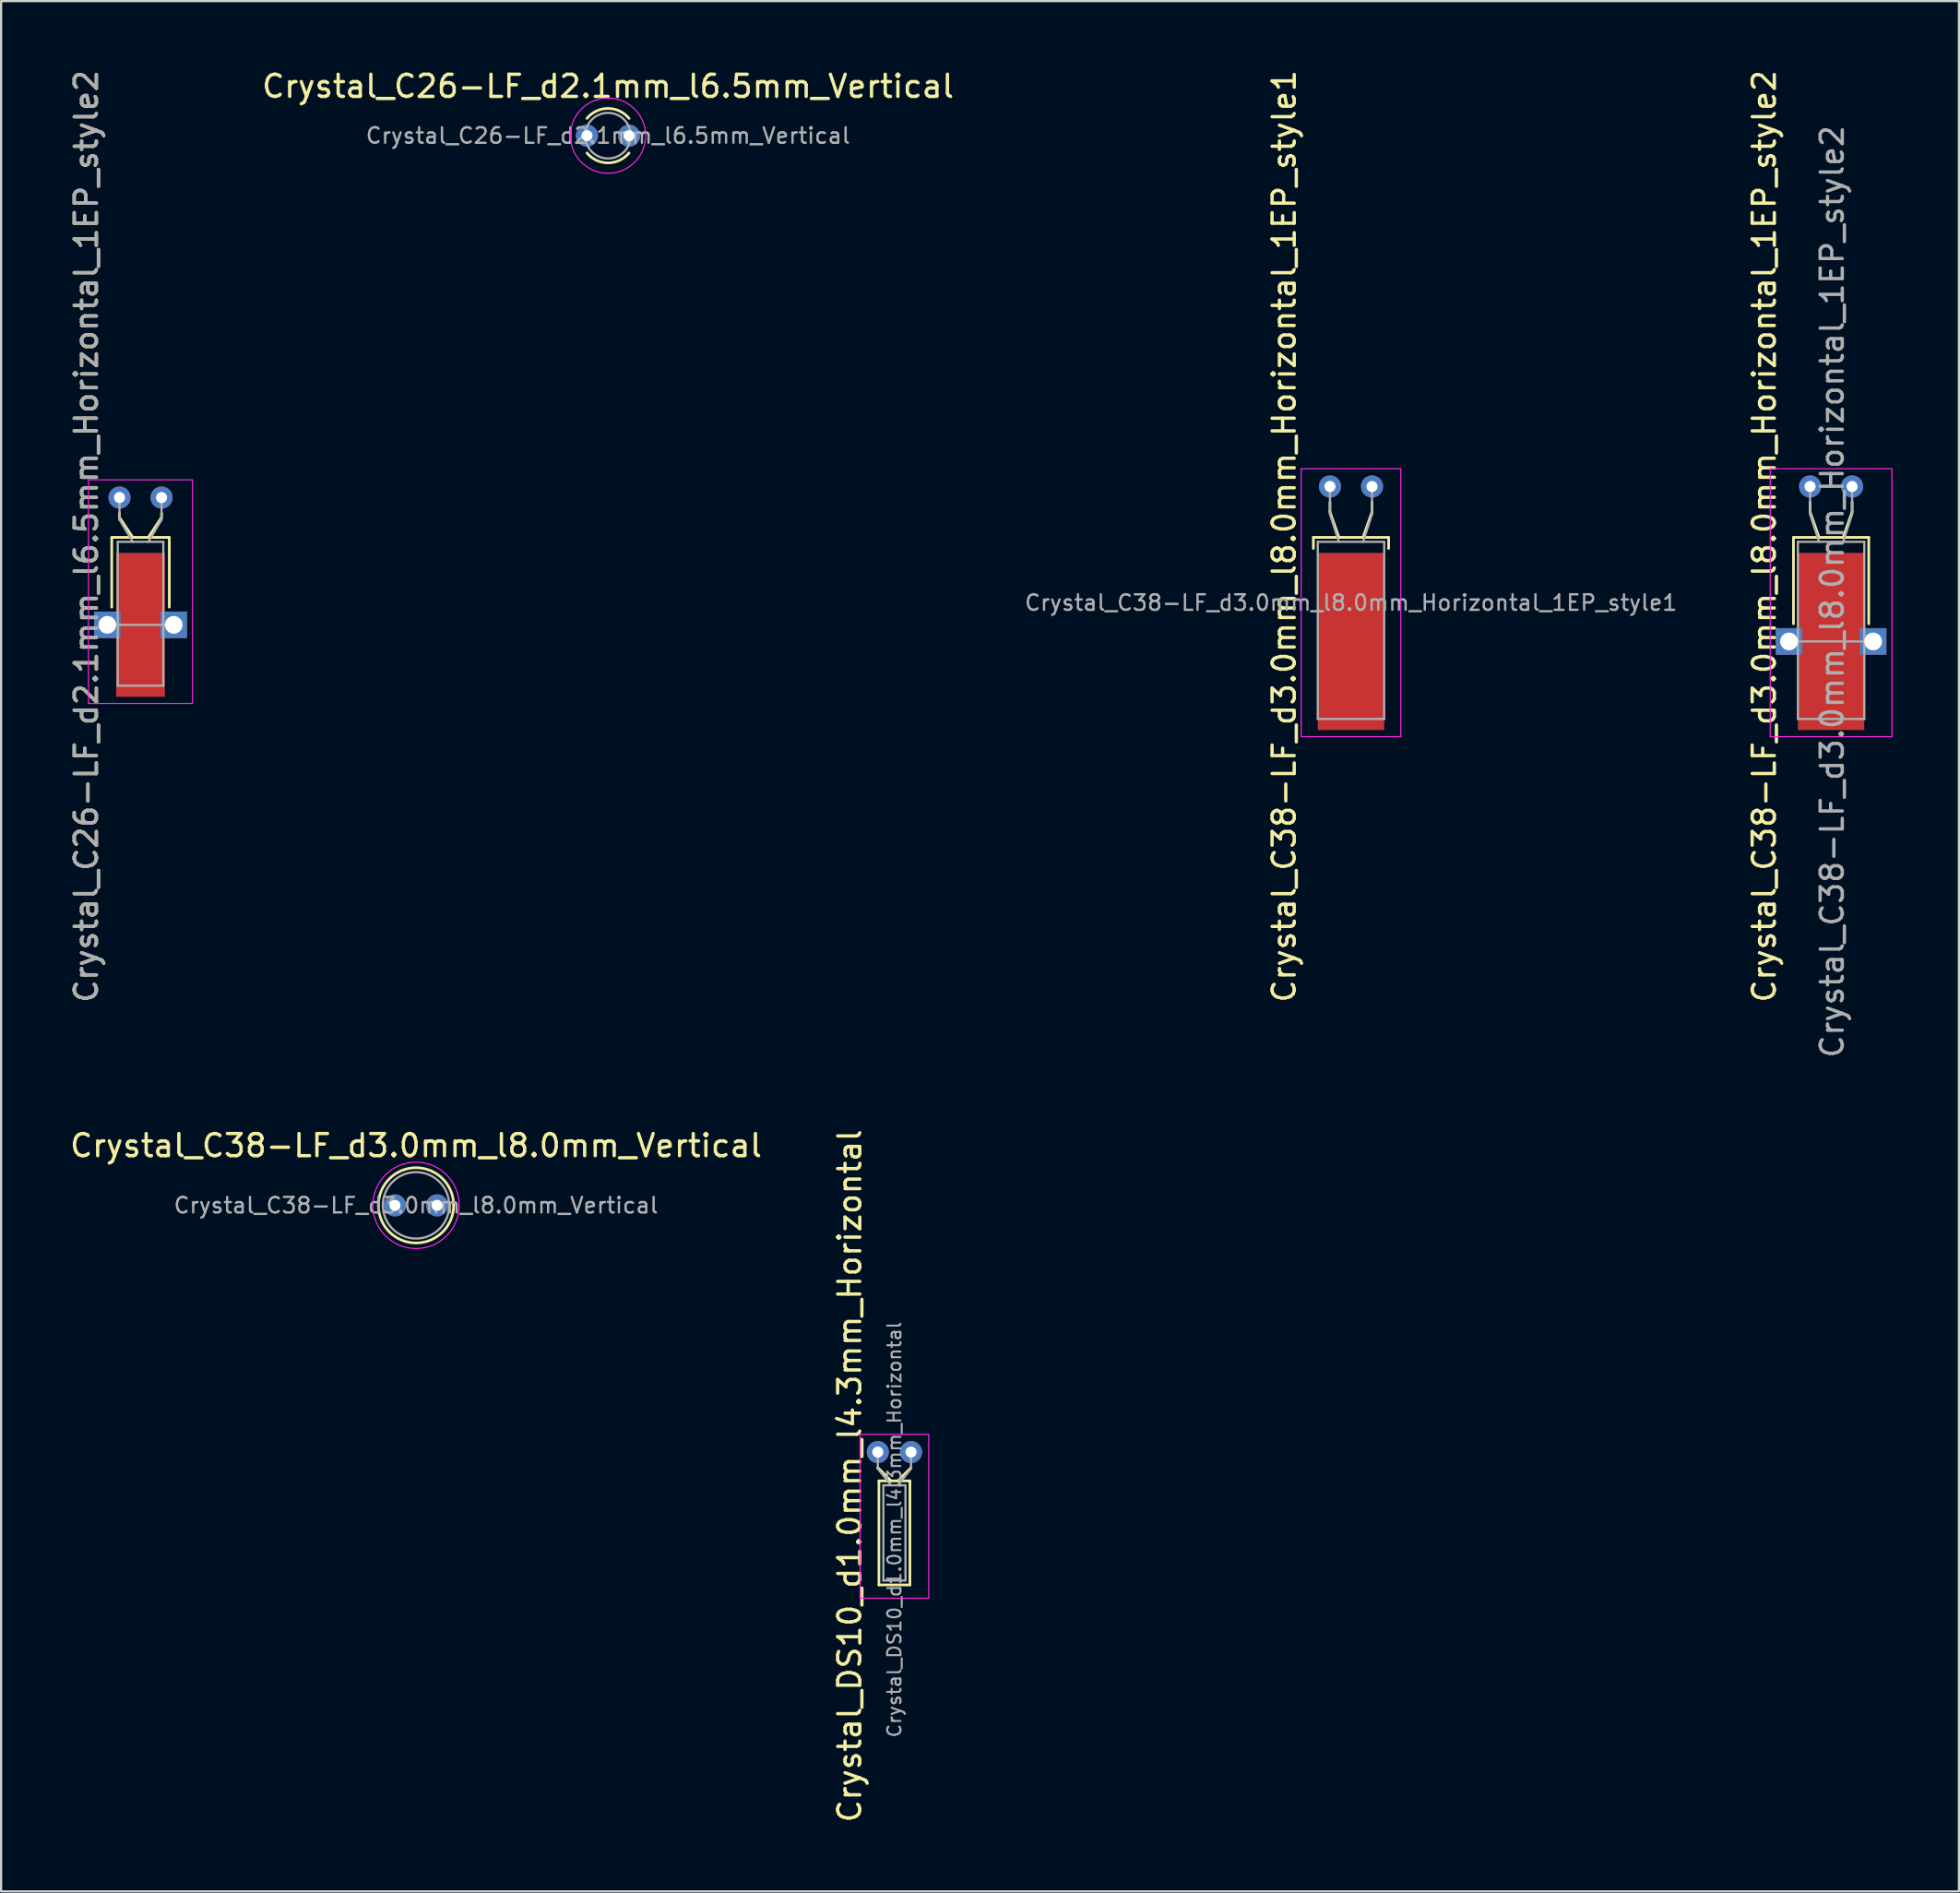
<source format=kicad_pcb>
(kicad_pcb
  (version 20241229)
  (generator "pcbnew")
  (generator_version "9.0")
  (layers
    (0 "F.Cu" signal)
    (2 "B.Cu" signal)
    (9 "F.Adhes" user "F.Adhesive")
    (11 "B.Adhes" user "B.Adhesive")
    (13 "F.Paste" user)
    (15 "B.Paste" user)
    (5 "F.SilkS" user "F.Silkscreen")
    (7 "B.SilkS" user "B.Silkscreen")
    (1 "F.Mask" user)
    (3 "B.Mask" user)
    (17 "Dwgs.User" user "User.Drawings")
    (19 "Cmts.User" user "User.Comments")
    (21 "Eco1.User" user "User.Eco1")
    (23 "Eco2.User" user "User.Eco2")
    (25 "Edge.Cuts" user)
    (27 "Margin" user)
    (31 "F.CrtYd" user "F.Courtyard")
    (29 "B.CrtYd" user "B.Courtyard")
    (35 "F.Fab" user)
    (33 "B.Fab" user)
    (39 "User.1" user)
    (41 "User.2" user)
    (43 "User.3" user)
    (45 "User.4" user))
  (footprint "Crystal_C38-LF_d3.0mm_l8.0mm_Vertical"
    (layer "F.Cu")
    (at 14.794 51.393)
    (property "Reference" "Crystal_C38-LF_d3.0mm_l8.0mm_Vertical" (at 0.95 -2.7 0) (layer "F.SilkS") (effects (font (size 1 1) (thickness 0.15))))
    (attr through_hole)
    (fp_arc (start -0.75 0) (mid 0.95 -1.7) (end 2.65 0) (stroke (width 0.12) (type solid)) (layer "F.SilkS"))
    (fp_arc (start 2.65 0) (mid 0.95 1.7) (end -0.75 0) (stroke (width 0.12) (type solid)) (layer "F.SilkS"))
    (fp_circle (center 0.95 0) (end 2.9 0) (stroke (width 0.05) (type solid)) (fill no) (layer "F.CrtYd"))
    (fp_circle (center 0.95 0) (end 2.45 0) (stroke (width 0.1) (type solid)) (fill no) (layer "F.Fab"))
    (fp_text user "${REFERENCE}" (at 0.95 0 0) (layer "F.Fab") (effects (font (size 0.7 0.7) (thickness 0.105))))
    (pad "1" thru_hole circle (at 0 0) (size 1 1) (drill 0.5) (layers "*.Cu" "*.Mask"))
    (pad "2" thru_hole circle (at 1.9 0) (size 1 1) (drill 0.5) (layers "*.Cu" "*.Mask")))
  (footprint "Crystal_DS10_d1.0mm_l4.3mm_Horizontal"
    (layer "F.Cu")
    (at 36.606 62.538)
    (property "Reference" "Crystal_DS10_d1.0mm_l4.3mm_Horizontal" (at -1.27 1.075 90) (layer "F.SilkS") (effects (font (size 1 1) (thickness 0.15))))
    (attr through_hole)
    (fp_line (start 0 0.7) (end 0 0.7) (stroke (width 0.12) (type solid)) (layer "F.SilkS"))
    (fp_line (start 0.05 1.3) (end 0.05 6) (stroke (width 0.12) (type solid)) (layer "F.SilkS"))
    (fp_line (start 0.05 6) (end 1.45 6) (stroke (width 0.12) (type solid)) (layer "F.SilkS"))
    (fp_line (start 0.6 1.3) (end 0 0.7) (stroke (width 0.12) (type solid)) (layer "F.SilkS"))
    (fp_line (start 0.9 1.3) (end 1.5 0.7) (stroke (width 0.12) (type solid)) (layer "F.SilkS"))
    (fp_line (start 1.45 1.3) (end 0.05 1.3) (stroke (width 0.12) (type solid)) (layer "F.SilkS"))
    (fp_line (start 1.45 6) (end 1.45 1.3) (stroke (width 0.12) (type solid)) (layer "F.SilkS"))
    (fp_line (start 1.5 0.7) (end 1.5 0.7) (stroke (width 0.12) (type solid)) (layer "F.SilkS"))
    (fp_line (start -0.8 -0.8) (end -0.8 6.6) (stroke (width 0.05) (type solid)) (layer "F.CrtYd"))
    (fp_line (start -0.8 6.6) (end 2.3 6.6) (stroke (width 0.05) (type solid)) (layer "F.CrtYd"))
    (fp_line (start 2.3 -0.8) (end -0.8 -0.8) (stroke (width 0.05) (type solid)) (layer "F.CrtYd"))
    (fp_line (start 2.3 6.6) (end 2.3 -0.8) (stroke (width 0.05) (type solid)) (layer "F.CrtYd"))
    (fp_line (start 0 0.75) (end 0 0) (stroke (width 0.1) (type solid)) (layer "F.Fab"))
    (fp_line (start 0.25 1.5) (end 0.25 5.8) (stroke (width 0.1) (type solid)) (layer "F.Fab"))
    (fp_line (start 0.25 5.8) (end 1.25 5.8) (stroke (width 0.1) (type solid)) (layer "F.Fab"))
    (fp_line (start 0.6 1.5) (end 0 0.75) (stroke (width 0.1) (type solid)) (layer "F.Fab"))
    (fp_line (start 0.9 1.5) (end 1.5 0.75) (stroke (width 0.1) (type solid)) (layer "F.Fab"))
    (fp_line (start 1.25 1.5) (end 0.25 1.5) (stroke (width 0.1) (type solid)) (layer "F.Fab"))
    (fp_line (start 1.25 5.8) (end 1.25 1.5) (stroke (width 0.1) (type solid)) (layer "F.Fab"))
    (fp_line (start 1.5 0.75) (end 1.5 0) (stroke (width 0.1) (type solid)) (layer "F.Fab"))
    (fp_text user "${REFERENCE}" (at 0.75 3.5 90) (layer "F.Fab") (effects (font (size 0.6 0.6) (thickness 0.09))))
    (pad "1" thru_hole circle (at 0 0) (size 1 1) (drill 0.5) (layers "*.Cu" "*.Mask"))
    (pad "2" thru_hole circle (at 1.5 0) (size 1 1) (drill 0.5) (layers "*.Cu" "*.Mask")))
  (footprint "Crystal_C38-LF_d3.0mm_l8.0mm_Horizontal_1EP_style2"
    (layer "F.Cu")
    (at 78.721 18.923)
    (property "Reference" "Crystal_C38-LF_d3.0mm_l8.0mm_Horizontal_1EP_style2" (at -2.07 2.25 90) (layer "F.SilkS") (effects (font (size 1 1) (thickness 0.15))))
    (attr through_hole)
    (fp_line (start -0.75 2.3) (end 2.65 2.3) (stroke (width 0.12) (type solid)) (layer "F.SilkS"))
    (fp_line (start -0.75 6.2) (end -0.75 2.3) (stroke (width 0.12) (type solid)) (layer "F.SilkS"))
    (fp_line (start 0 1.15) (end 0 0.7) (stroke (width 0.12) (type solid)) (layer "F.SilkS"))
    (fp_line (start 0.405 2.3) (end 0 1.15) (stroke (width 0.12) (type solid)) (layer "F.SilkS"))
    (fp_line (start 1.495 2.3) (end 1.9 1.15) (stroke (width 0.12) (type solid)) (layer "F.SilkS"))
    (fp_line (start 1.9 1.15) (end 1.9 0.7) (stroke (width 0.12) (type solid)) (layer "F.SilkS"))
    (fp_line (start 2.65 2.3) (end 2.65 6.2) (stroke (width 0.12) (type solid)) (layer "F.SilkS"))
    (fp_line (start -1.8 -0.8) (end -1.8 11.3) (stroke (width 0.05) (type solid)) (layer "F.CrtYd"))
    (fp_line (start -1.8 11.3) (end 3.7 11.3) (stroke (width 0.05) (type solid)) (layer "F.CrtYd"))
    (fp_line (start 3.7 -0.8) (end -1.8 -0.8) (stroke (width 0.05) (type solid)) (layer "F.CrtYd"))
    (fp_line (start 3.7 11.3) (end 3.7 -0.8) (stroke (width 0.05) (type solid)) (layer "F.CrtYd"))
    (fp_line (start -0.95 7) (end 2.85 7) (stroke (width 0.1) (type solid)) (layer "F.Fab"))
    (fp_line (start -0.55 2.5) (end -0.55 10.5) (stroke (width 0.1) (type solid)) (layer "F.Fab"))
    (fp_line (start -0.55 10.5) (end 2.45 10.5) (stroke (width 0.1) (type solid)) (layer "F.Fab"))
    (fp_line (start 0 1.25) (end 0 0) (stroke (width 0.1) (type solid)) (layer "F.Fab"))
    (fp_line (start 0.405 2.5) (end 0 1.25) (stroke (width 0.1) (type solid)) (layer "F.Fab"))
    (fp_line (start 1.495 2.5) (end 1.9 1.25) (stroke (width 0.1) (type solid)) (layer "F.Fab"))
    (fp_line (start 1.9 1.25) (end 1.9 0) (stroke (width 0.1) (type solid)) (layer "F.Fab"))
    (fp_line (start 2.45 2.5) (end -0.55 2.5) (stroke (width 0.1) (type solid)) (layer "F.Fab"))
    (fp_line (start 2.45 10.5) (end 2.45 2.5) (stroke (width 0.1) (type solid)) (layer "F.Fab"))
    (fp_text user "${REFERENCE}" (at 1 4.75 90) (layer "F.Fab") (effects (font (size 1 1) (thickness 0.15))))
    (pad "1" thru_hole circle (at 0 0) (size 1 1) (drill 0.5) (layers "*.Cu" "*.Mask"))
    (pad "2" thru_hole circle (at 1.9 0) (size 1 1) (drill 0.5) (layers "*.Cu" "*.Mask"))
    (pad "3" thru_hole rect (at -0.95 7) (size 1.2 1.2) (drill 0.8) (layers "*.Cu" "*.Mask"))
    (pad "3" smd rect (at 0.95 7) (size 3 8) (layers "F.Cu" "F.Mask" "F.Paste"))
    (pad "3" thru_hole rect (at 2.85 7) (size 1.2 1.2) (drill 0.8) (layers "*.Cu" "*.Mask")))
  (footprint "Crystal_C38-LF_d3.0mm_l8.0mm_Horizontal_1EP_style1"
    (layer "F.Cu")
    (at 57.032 18.923)
    (property "Reference" "Crystal_C38-LF_d3.0mm_l8.0mm_Horizontal_1EP_style1" (at -2.07 2.25 90) (layer "F.SilkS") (effects (font (size 1 1) (thickness 0.15))))
    (attr through_hole)
    (fp_line (start -0.75 2.3) (end 2.65 2.3) (stroke (width 0.12) (type solid)) (layer "F.SilkS"))
    (fp_line (start -0.75 2.8) (end -0.75 2.3) (stroke (width 0.12) (type solid)) (layer "F.SilkS"))
    (fp_line (start 0 1.15) (end 0 0.7) (stroke (width 0.12) (type solid)) (layer "F.SilkS"))
    (fp_line (start 0.405 2.3) (end 0 1.15) (stroke (width 0.12) (type solid)) (layer "F.SilkS"))
    (fp_line (start 1.495 2.3) (end 1.9 1.15) (stroke (width 0.12) (type solid)) (layer "F.SilkS"))
    (fp_line (start 1.9 1.15) (end 1.9 0.7) (stroke (width 0.12) (type solid)) (layer "F.SilkS"))
    (fp_line (start 2.65 2.3) (end 2.65 2.8) (stroke (width 0.12) (type solid)) (layer "F.SilkS"))
    (fp_line (start -1.3 -0.8) (end -1.3 11.3) (stroke (width 0.05) (type solid)) (layer "F.CrtYd"))
    (fp_line (start -1.3 11.3) (end 3.2 11.3) (stroke (width 0.05) (type solid)) (layer "F.CrtYd"))
    (fp_line (start 3.2 -0.8) (end -1.3 -0.8) (stroke (width 0.05) (type solid)) (layer "F.CrtYd"))
    (fp_line (start 3.2 11.3) (end 3.2 -0.8) (stroke (width 0.05) (type solid)) (layer "F.CrtYd"))
    (fp_line (start -0.55 2.5) (end -0.55 10.5) (stroke (width 0.1) (type solid)) (layer "F.Fab"))
    (fp_line (start -0.55 10.5) (end 2.45 10.5) (stroke (width 0.1) (type solid)) (layer "F.Fab"))
    (fp_line (start 0 1.25) (end 0 0) (stroke (width 0.1) (type solid)) (layer "F.Fab"))
    (fp_line (start 0.405 2.5) (end 0 1.25) (stroke (width 0.1) (type solid)) (layer "F.Fab"))
    (fp_line (start 1.495 2.5) (end 1.9 1.25) (stroke (width 0.1) (type solid)) (layer "F.Fab"))
    (fp_line (start 1.9 1.25) (end 1.9 0) (stroke (width 0.1) (type solid)) (layer "F.Fab"))
    (fp_line (start 2.45 2.5) (end -0.55 2.5) (stroke (width 0.1) (type solid)) (layer "F.Fab"))
    (fp_line (start 2.45 10.5) (end 2.45 2.5) (stroke (width 0.1) (type solid)) (layer "F.Fab"))
    (fp_text user "${REFERENCE}" (at 0.95 5.25 0) (layer "F.Fab") (effects (font (size 0.7 0.7) (thickness 0.105))))
    (pad "1" thru_hole circle (at 0 0) (size 1 1) (drill 0.5) (layers "*.Cu" "*.Mask"))
    (pad "2" thru_hole circle (at 1.9 0) (size 1 1) (drill 0.5) (layers "*.Cu" "*.Mask"))
    (pad "3" smd rect (at 0.95 7) (size 3 8) (layers "F.Cu" "F.Mask" "F.Paste")))
  (footprint "Crystal_C26-LF_d2.1mm_l6.5mm_Vertical"
    (layer "F.Cu")
    (at 23.467 3.078)
    (property "Reference" "Crystal_C26-LF_d2.1mm_l6.5mm_Vertical" (at 0.95 -2.23 0) (layer "F.SilkS") (effects (font (size 1 1) (thickness 0.15))))
    (attr through_hole)
    (fp_arc (start 0 -0.781281) (mid 0.949655 -1.23) (end 1.899561 -0.781814) (stroke (width 0.12) (type solid)) (layer "F.SilkS"))
    (fp_arc (start 1.899561 0.781814) (mid 0.949655 1.23) (end 0 0.781281) (stroke (width 0.12) (type solid)) (layer "F.SilkS"))
    (fp_circle (center 0.95 0) (end 2.65 0) (stroke (width 0.05) (type solid)) (fill no) (layer "F.CrtYd"))
    (fp_circle (center 0.95 0) (end 1.98 0) (stroke (width 0.1) (type solid)) (fill no) (layer "F.Fab"))
    (fp_text user "${REFERENCE}" (at 0.95 0 0) (layer "F.Fab") (effects (font (size 0.7 0.7) (thickness 0.105))))
    (pad "1" thru_hole circle (at 0 0) (size 1 1) (drill 0.5) (layers "*.Cu" "*.Mask"))
    (pad "2" thru_hole circle (at 1.9 0) (size 1 1) (drill 0.5) (layers "*.Cu" "*.Mask")))
  (footprint "Crystal_C26-LF_d2.1mm_l6.5mm_Horizontal_1EP_style2"
    (layer "F.Cu")
    (at 2.348 19.423)
    (property "Reference" "Crystal_C26-LF_d2.1mm_l6.5mm_Horizontal_1EP_style2" (at -1.5 1.75 90) (layer "F.SilkS") (effects (font (size 1 1) (thickness 0.15))))
    (attr through_hole)
    (fp_line (start -0.35 1.8) (end 2.25 1.8) (stroke (width 0.12) (type solid)) (layer "F.SilkS"))
    (fp_line (start -0.35 4.95) (end -0.35 1.8) (stroke (width 0.12) (type solid)) (layer "F.SilkS"))
    (fp_line (start 0 0.9) (end 0 0.7) (stroke (width 0.12) (type solid)) (layer "F.SilkS"))
    (fp_line (start 0.6 1.8) (end 0 0.9) (stroke (width 0.12) (type solid)) (layer "F.SilkS"))
    (fp_line (start 1.3 1.8) (end 1.9 0.9) (stroke (width 0.12) (type solid)) (layer "F.SilkS"))
    (fp_line (start 1.9 0.9) (end 1.9 0.7) (stroke (width 0.12) (type solid)) (layer "F.SilkS"))
    (fp_line (start 2.25 1.8) (end 2.25 4.95) (stroke (width 0.12) (type solid)) (layer "F.SilkS"))
    (fp_line (start -1.4 -0.8) (end -1.4 9.3) (stroke (width 0.05) (type solid)) (layer "F.CrtYd"))
    (fp_line (start -1.4 9.3) (end 3.3 9.3) (stroke (width 0.05) (type solid)) (layer "F.CrtYd"))
    (fp_line (start 3.3 -0.8) (end -1.4 -0.8) (stroke (width 0.05) (type solid)) (layer "F.CrtYd"))
    (fp_line (start 3.3 9.3) (end 3.3 -0.8) (stroke (width 0.05) (type solid)) (layer "F.CrtYd"))
    (fp_line (start -0.55 5.75) (end 2.45 5.75) (stroke (width 0.1) (type solid)) (layer "F.Fab"))
    (fp_line (start -0.08 2) (end -0.08 8.5) (stroke (width 0.1) (type solid)) (layer "F.Fab"))
    (fp_line (start -0.08 8.5) (end 1.98 8.5) (stroke (width 0.1) (type solid)) (layer "F.Fab"))
    (fp_line (start 0 1) (end 0 0) (stroke (width 0.1) (type solid)) (layer "F.Fab"))
    (fp_line (start 0.6 2) (end 0 1) (stroke (width 0.1) (type solid)) (layer "F.Fab"))
    (fp_line (start 1.3 2) (end 1.9 1) (stroke (width 0.1) (type solid)) (layer "F.Fab"))
    (fp_line (start 1.9 1) (end 1.9 0) (stroke (width 0.1) (type solid)) (layer "F.Fab"))
    (fp_line (start 1.98 2) (end -0.08 2) (stroke (width 0.1) (type solid)) (layer "F.Fab"))
    (fp_line (start 1.98 8.5) (end 1.98 2) (stroke (width 0.1) (type solid)) (layer "F.Fab"))
    (fp_text user "${REFERENCE}" (at -1.5 1.75 90) (layer "F.Fab") (effects (font (size 1 1) (thickness 0.15))))
    (pad "1" thru_hole circle (at 0 0) (size 1 1) (drill 0.5) (layers "*.Cu" "*.Mask"))
    (pad "2" thru_hole circle (at 1.9 0) (size 1 1) (drill 0.5) (layers "*.Cu" "*.Mask"))
    (pad "3" thru_hole rect (at -0.55 5.75) (size 1.2 1.2) (drill 0.8) (layers "*.Cu" "*.Mask"))
    (pad "3" smd rect (at 0.95 5.75) (size 2.2 6.5) (layers "F.Cu" "F.Mask" "F.Paste"))
    (pad "3" thru_hole rect (at 2.45 5.75) (size 1.2 1.2) (drill 0.8) (layers "*.Cu" "*.Mask")))
  (gr_rect
    (start -3 -3)
    (end 85.446 82.381)
    (stroke (width 0.1) (type default))
    (fill no)
    (layer "Edge.Cuts")))
</source>
